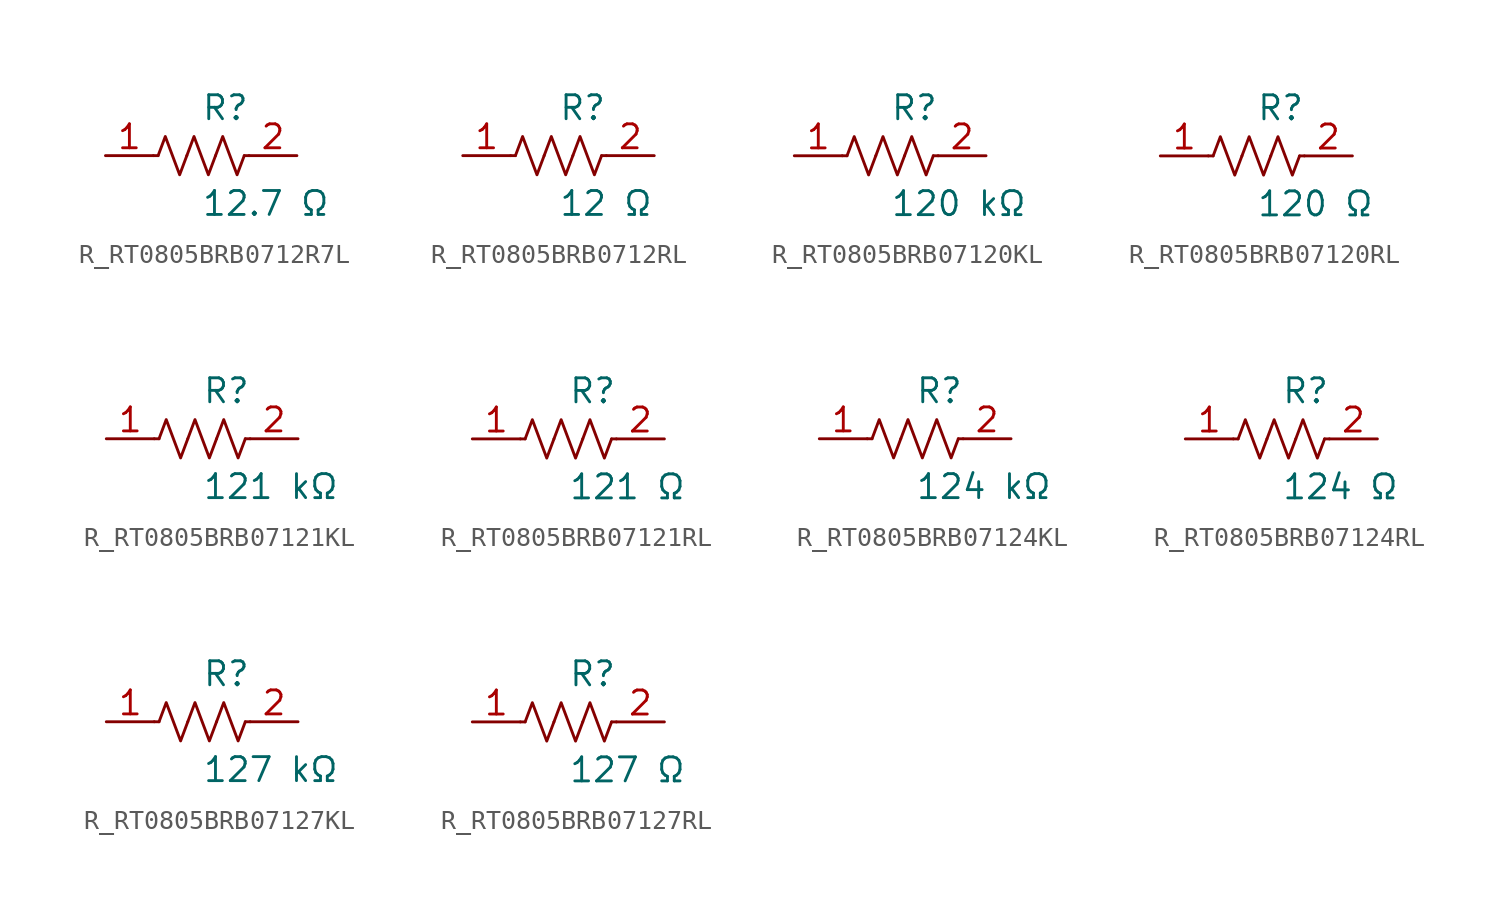
<source format=kicad_sym>
(kicad_symbol_lib
  (version 20231120)
  (generator kicad_symbol_editor)
  (generator_version 8.0)
  (symbol "R_RT0805BRB0712R7L"
    (pin_names
      (offset 0.254))
    (property "Reference" "R"
      (at 0 2.54 0)
      (effects (font (size 1.27 1.27)) (justify left)))
    (property "Value" "12.7 Ω"
      (at 0 -2.54 0)
      (effects (font (size 1.27 1.27)) (justify left)))
    (symbol "R_RT0805BRB0712R7L_0_1"
      (polyline (pts (xy 2.286 0) (xy 2.54 0)) (stroke (width 0) (type default)) (fill (type none)))
      (polyline (pts (xy -2.286 0) (xy -2.54 0)) (stroke (width 0) (type default)) (fill (type none)))
      (polyline (pts (xy 0.762 0) (xy 1.143 1.016) (xy 1.524 0) (xy 1.905 -1.016) (xy 2.286 0)) (stroke (width 0) (type default)) (fill (type none)))
      (polyline (pts (xy -0.762 0) (xy -0.381 1.016) (xy 0 0) (xy 0.381 -1.016) (xy 0.762 0)) (stroke (width 0) (type default)) (fill (type none)))
      (polyline (pts (xy -2.286 0) (xy -1.905 1.016) (xy -1.524 0) (xy -1.143 -1.016) (xy -0.762 0)) (stroke (width 0) (type default)) (fill (type none))))
    (pin unspecified line
      (at -5.08 0 0)
      (length 2.54)
      (name "" (effects (font (size 1.27 1.27))))
      (number "1" (effects (font (size 1.27 1.27)))))
    (pin unspecified line
      (at 5.08 0 180)
      (length 2.54)
      (name "" (effects (font (size 1.27 1.27))))
      (number "2" (effects (font (size 1.27 1.27))))))
  (symbol "R_RT0805BRB0712RL"
    (pin_names
      (offset 0.254))
    (property "Reference" "R"
      (at 0 2.54 0)
      (effects (font (size 1.27 1.27)) (justify left)))
    (property "Value" "12 Ω"
      (at 0 -2.54 0)
      (effects (font (size 1.27 1.27)) (justify left)))
    (symbol "R_RT0805BRB0712RL_0_1"
      (polyline (pts (xy 2.286 0) (xy 2.54 0)) (stroke (width 0) (type default)) (fill (type none)))
      (polyline (pts (xy -2.286 0) (xy -2.54 0)) (stroke (width 0) (type default)) (fill (type none)))
      (polyline (pts (xy 0.762 0) (xy 1.143 1.016) (xy 1.524 0) (xy 1.905 -1.016) (xy 2.286 0)) (stroke (width 0) (type default)) (fill (type none)))
      (polyline (pts (xy -0.762 0) (xy -0.381 1.016) (xy 0 0) (xy 0.381 -1.016) (xy 0.762 0)) (stroke (width 0) (type default)) (fill (type none)))
      (polyline (pts (xy -2.286 0) (xy -1.905 1.016) (xy -1.524 0) (xy -1.143 -1.016) (xy -0.762 0)) (stroke (width 0) (type default)) (fill (type none))))
    (pin unspecified line
      (at -5.08 0 0)
      (length 2.54)
      (name "" (effects (font (size 1.27 1.27))))
      (number "1" (effects (font (size 1.27 1.27)))))
    (pin unspecified line
      (at 5.08 0 180)
      (length 2.54)
      (name "" (effects (font (size 1.27 1.27))))
      (number "2" (effects (font (size 1.27 1.27))))))
  (symbol "R_RT0805BRB07120KL"
    (pin_names
      (offset 0.254))
    (property "Reference" "R"
      (at 0 2.54 0)
      (effects (font (size 1.27 1.27)) (justify left)))
    (property "Value" "120 kΩ"
      (at 0 -2.54 0)
      (effects (font (size 1.27 1.27)) (justify left)))
    (symbol "R_RT0805BRB07120KL_0_1"
      (polyline (pts (xy 2.286 0) (xy 2.54 0)) (stroke (width 0) (type default)) (fill (type none)))
      (polyline (pts (xy -2.286 0) (xy -2.54 0)) (stroke (width 0) (type default)) (fill (type none)))
      (polyline (pts (xy 0.762 0) (xy 1.143 1.016) (xy 1.524 0) (xy 1.905 -1.016) (xy 2.286 0)) (stroke (width 0) (type default)) (fill (type none)))
      (polyline (pts (xy -0.762 0) (xy -0.381 1.016) (xy 0 0) (xy 0.381 -1.016) (xy 0.762 0)) (stroke (width 0) (type default)) (fill (type none)))
      (polyline (pts (xy -2.286 0) (xy -1.905 1.016) (xy -1.524 0) (xy -1.143 -1.016) (xy -0.762 0)) (stroke (width 0) (type default)) (fill (type none))))
    (pin unspecified line
      (at -5.08 0 0)
      (length 2.54)
      (name "" (effects (font (size 1.27 1.27))))
      (number "1" (effects (font (size 1.27 1.27)))))
    (pin unspecified line
      (at 5.08 0 180)
      (length 2.54)
      (name "" (effects (font (size 1.27 1.27))))
      (number "2" (effects (font (size 1.27 1.27))))))
  (symbol "R_RT0805BRB07120RL"
    (pin_names
      (offset 0.254))
    (property "Reference" "R"
      (at 0 2.54 0)
      (effects (font (size 1.27 1.27)) (justify left)))
    (property "Value" "120 Ω"
      (at 0 -2.54 0)
      (effects (font (size 1.27 1.27)) (justify left)))
    (symbol "R_RT0805BRB07120RL_0_1"
      (polyline (pts (xy 2.286 0) (xy 2.54 0)) (stroke (width 0) (type default)) (fill (type none)))
      (polyline (pts (xy -2.286 0) (xy -2.54 0)) (stroke (width 0) (type default)) (fill (type none)))
      (polyline (pts (xy 0.762 0) (xy 1.143 1.016) (xy 1.524 0) (xy 1.905 -1.016) (xy 2.286 0)) (stroke (width 0) (type default)) (fill (type none)))
      (polyline (pts (xy -0.762 0) (xy -0.381 1.016) (xy 0 0) (xy 0.381 -1.016) (xy 0.762 0)) (stroke (width 0) (type default)) (fill (type none)))
      (polyline (pts (xy -2.286 0) (xy -1.905 1.016) (xy -1.524 0) (xy -1.143 -1.016) (xy -0.762 0)) (stroke (width 0) (type default)) (fill (type none))))
    (pin unspecified line
      (at -5.08 0 0)
      (length 2.54)
      (name "" (effects (font (size 1.27 1.27))))
      (number "1" (effects (font (size 1.27 1.27)))))
    (pin unspecified line
      (at 5.08 0 180)
      (length 2.54)
      (name "" (effects (font (size 1.27 1.27))))
      (number "2" (effects (font (size 1.27 1.27))))))
  (symbol "R_RT0805BRB07121KL"
    (pin_names
      (offset 0.254))
    (property "Reference" "R"
      (at 0 2.54 0)
      (effects (font (size 1.27 1.27)) (justify left)))
    (property "Value" "121 kΩ"
      (at 0 -2.54 0)
      (effects (font (size 1.27 1.27)) (justify left)))
    (symbol "R_RT0805BRB07121KL_0_1"
      (polyline (pts (xy 2.286 0) (xy 2.54 0)) (stroke (width 0) (type default)) (fill (type none)))
      (polyline (pts (xy -2.286 0) (xy -2.54 0)) (stroke (width 0) (type default)) (fill (type none)))
      (polyline (pts (xy 0.762 0) (xy 1.143 1.016) (xy 1.524 0) (xy 1.905 -1.016) (xy 2.286 0)) (stroke (width 0) (type default)) (fill (type none)))
      (polyline (pts (xy -0.762 0) (xy -0.381 1.016) (xy 0 0) (xy 0.381 -1.016) (xy 0.762 0)) (stroke (width 0) (type default)) (fill (type none)))
      (polyline (pts (xy -2.286 0) (xy -1.905 1.016) (xy -1.524 0) (xy -1.143 -1.016) (xy -0.762 0)) (stroke (width 0) (type default)) (fill (type none))))
    (pin unspecified line
      (at -5.08 0 0)
      (length 2.54)
      (name "" (effects (font (size 1.27 1.27))))
      (number "1" (effects (font (size 1.27 1.27)))))
    (pin unspecified line
      (at 5.08 0 180)
      (length 2.54)
      (name "" (effects (font (size 1.27 1.27))))
      (number "2" (effects (font (size 1.27 1.27))))))
  (symbol "R_RT0805BRB07121RL"
    (pin_names
      (offset 0.254))
    (property "Reference" "R"
      (at 0 2.54 0)
      (effects (font (size 1.27 1.27)) (justify left)))
    (property "Value" "121 Ω"
      (at 0 -2.54 0)
      (effects (font (size 1.27 1.27)) (justify left)))
    (symbol "R_RT0805BRB07121RL_0_1"
      (polyline (pts (xy 2.286 0) (xy 2.54 0)) (stroke (width 0) (type default)) (fill (type none)))
      (polyline (pts (xy -2.286 0) (xy -2.54 0)) (stroke (width 0) (type default)) (fill (type none)))
      (polyline (pts (xy 0.762 0) (xy 1.143 1.016) (xy 1.524 0) (xy 1.905 -1.016) (xy 2.286 0)) (stroke (width 0) (type default)) (fill (type none)))
      (polyline (pts (xy -0.762 0) (xy -0.381 1.016) (xy 0 0) (xy 0.381 -1.016) (xy 0.762 0)) (stroke (width 0) (type default)) (fill (type none)))
      (polyline (pts (xy -2.286 0) (xy -1.905 1.016) (xy -1.524 0) (xy -1.143 -1.016) (xy -0.762 0)) (stroke (width 0) (type default)) (fill (type none))))
    (pin unspecified line
      (at -5.08 0 0)
      (length 2.54)
      (name "" (effects (font (size 1.27 1.27))))
      (number "1" (effects (font (size 1.27 1.27)))))
    (pin unspecified line
      (at 5.08 0 180)
      (length 2.54)
      (name "" (effects (font (size 1.27 1.27))))
      (number "2" (effects (font (size 1.27 1.27))))))
  (symbol "R_RT0805BRB07124KL"
    (pin_names
      (offset 0.254))
    (property "Reference" "R"
      (at 0 2.54 0)
      (effects (font (size 1.27 1.27)) (justify left)))
    (property "Value" "124 kΩ"
      (at 0 -2.54 0)
      (effects (font (size 1.27 1.27)) (justify left)))
    (symbol "R_RT0805BRB07124KL_0_1"
      (polyline (pts (xy 2.286 0) (xy 2.54 0)) (stroke (width 0) (type default)) (fill (type none)))
      (polyline (pts (xy -2.286 0) (xy -2.54 0)) (stroke (width 0) (type default)) (fill (type none)))
      (polyline (pts (xy 0.762 0) (xy 1.143 1.016) (xy 1.524 0) (xy 1.905 -1.016) (xy 2.286 0)) (stroke (width 0) (type default)) (fill (type none)))
      (polyline (pts (xy -0.762 0) (xy -0.381 1.016) (xy 0 0) (xy 0.381 -1.016) (xy 0.762 0)) (stroke (width 0) (type default)) (fill (type none)))
      (polyline (pts (xy -2.286 0) (xy -1.905 1.016) (xy -1.524 0) (xy -1.143 -1.016) (xy -0.762 0)) (stroke (width 0) (type default)) (fill (type none))))
    (pin unspecified line
      (at -5.08 0 0)
      (length 2.54)
      (name "" (effects (font (size 1.27 1.27))))
      (number "1" (effects (font (size 1.27 1.27)))))
    (pin unspecified line
      (at 5.08 0 180)
      (length 2.54)
      (name "" (effects (font (size 1.27 1.27))))
      (number "2" (effects (font (size 1.27 1.27))))))
  (symbol "R_RT0805BRB07124RL"
    (pin_names
      (offset 0.254))
    (property "Reference" "R"
      (at 0 2.54 0)
      (effects (font (size 1.27 1.27)) (justify left)))
    (property "Value" "124 Ω"
      (at 0 -2.54 0)
      (effects (font (size 1.27 1.27)) (justify left)))
    (symbol "R_RT0805BRB07124RL_0_1"
      (polyline (pts (xy 2.286 0) (xy 2.54 0)) (stroke (width 0) (type default)) (fill (type none)))
      (polyline (pts (xy -2.286 0) (xy -2.54 0)) (stroke (width 0) (type default)) (fill (type none)))
      (polyline (pts (xy 0.762 0) (xy 1.143 1.016) (xy 1.524 0) (xy 1.905 -1.016) (xy 2.286 0)) (stroke (width 0) (type default)) (fill (type none)))
      (polyline (pts (xy -0.762 0) (xy -0.381 1.016) (xy 0 0) (xy 0.381 -1.016) (xy 0.762 0)) (stroke (width 0) (type default)) (fill (type none)))
      (polyline (pts (xy -2.286 0) (xy -1.905 1.016) (xy -1.524 0) (xy -1.143 -1.016) (xy -0.762 0)) (stroke (width 0) (type default)) (fill (type none))))
    (pin unspecified line
      (at -5.08 0 0)
      (length 2.54)
      (name "" (effects (font (size 1.27 1.27))))
      (number "1" (effects (font (size 1.27 1.27)))))
    (pin unspecified line
      (at 5.08 0 180)
      (length 2.54)
      (name "" (effects (font (size 1.27 1.27))))
      (number "2" (effects (font (size 1.27 1.27))))))
  (symbol "R_RT0805BRB07127KL"
    (pin_names
      (offset 0.254))
    (property "Reference" "R"
      (at 0 2.54 0)
      (effects (font (size 1.27 1.27)) (justify left)))
    (property "Value" "127 kΩ"
      (at 0 -2.54 0)
      (effects (font (size 1.27 1.27)) (justify left)))
    (symbol "R_RT0805BRB07127KL_0_1"
      (polyline (pts (xy 2.286 0) (xy 2.54 0)) (stroke (width 0) (type default)) (fill (type none)))
      (polyline (pts (xy -2.286 0) (xy -2.54 0)) (stroke (width 0) (type default)) (fill (type none)))
      (polyline (pts (xy 0.762 0) (xy 1.143 1.016) (xy 1.524 0) (xy 1.905 -1.016) (xy 2.286 0)) (stroke (width 0) (type default)) (fill (type none)))
      (polyline (pts (xy -0.762 0) (xy -0.381 1.016) (xy 0 0) (xy 0.381 -1.016) (xy 0.762 0)) (stroke (width 0) (type default)) (fill (type none)))
      (polyline (pts (xy -2.286 0) (xy -1.905 1.016) (xy -1.524 0) (xy -1.143 -1.016) (xy -0.762 0)) (stroke (width 0) (type default)) (fill (type none))))
    (pin unspecified line
      (at -5.08 0 0)
      (length 2.54)
      (name "" (effects (font (size 1.27 1.27))))
      (number "1" (effects (font (size 1.27 1.27)))))
    (pin unspecified line
      (at 5.08 0 180)
      (length 2.54)
      (name "" (effects (font (size 1.27 1.27))))
      (number "2" (effects (font (size 1.27 1.27))))))
  (symbol "R_RT0805BRB07127RL"
    (pin_names
      (offset 0.254))
    (property "Reference" "R"
      (at 0 2.54 0)
      (effects (font (size 1.27 1.27)) (justify left)))
    (property "Value" "127 Ω"
      (at 0 -2.54 0)
      (effects (font (size 1.27 1.27)) (justify left)))
    (symbol "R_RT0805BRB07127RL_0_1"
      (polyline (pts (xy 2.286 0) (xy 2.54 0)) (stroke (width 0) (type default)) (fill (type none)))
      (polyline (pts (xy -2.286 0) (xy -2.54 0)) (stroke (width 0) (type default)) (fill (type none)))
      (polyline (pts (xy 0.762 0) (xy 1.143 1.016) (xy 1.524 0) (xy 1.905 -1.016) (xy 2.286 0)) (stroke (width 0) (type default)) (fill (type none)))
      (polyline (pts (xy -0.762 0) (xy -0.381 1.016) (xy 0 0) (xy 0.381 -1.016) (xy 0.762 0)) (stroke (width 0) (type default)) (fill (type none)))
      (polyline (pts (xy -2.286 0) (xy -1.905 1.016) (xy -1.524 0) (xy -1.143 -1.016) (xy -0.762 0)) (stroke (width 0) (type default)) (fill (type none))))
    (pin unspecified line
      (at -5.08 0 0)
      (length 2.54)
      (name "" (effects (font (size 1.27 1.27))))
      (number "1" (effects (font (size 1.27 1.27)))))
    (pin unspecified line
      (at 5.08 0 180)
      (length 2.54)
      (name "" (effects (font (size 1.27 1.27))))
      (number "2" (effects (font (size 1.27 1.27)))))))
</source>
